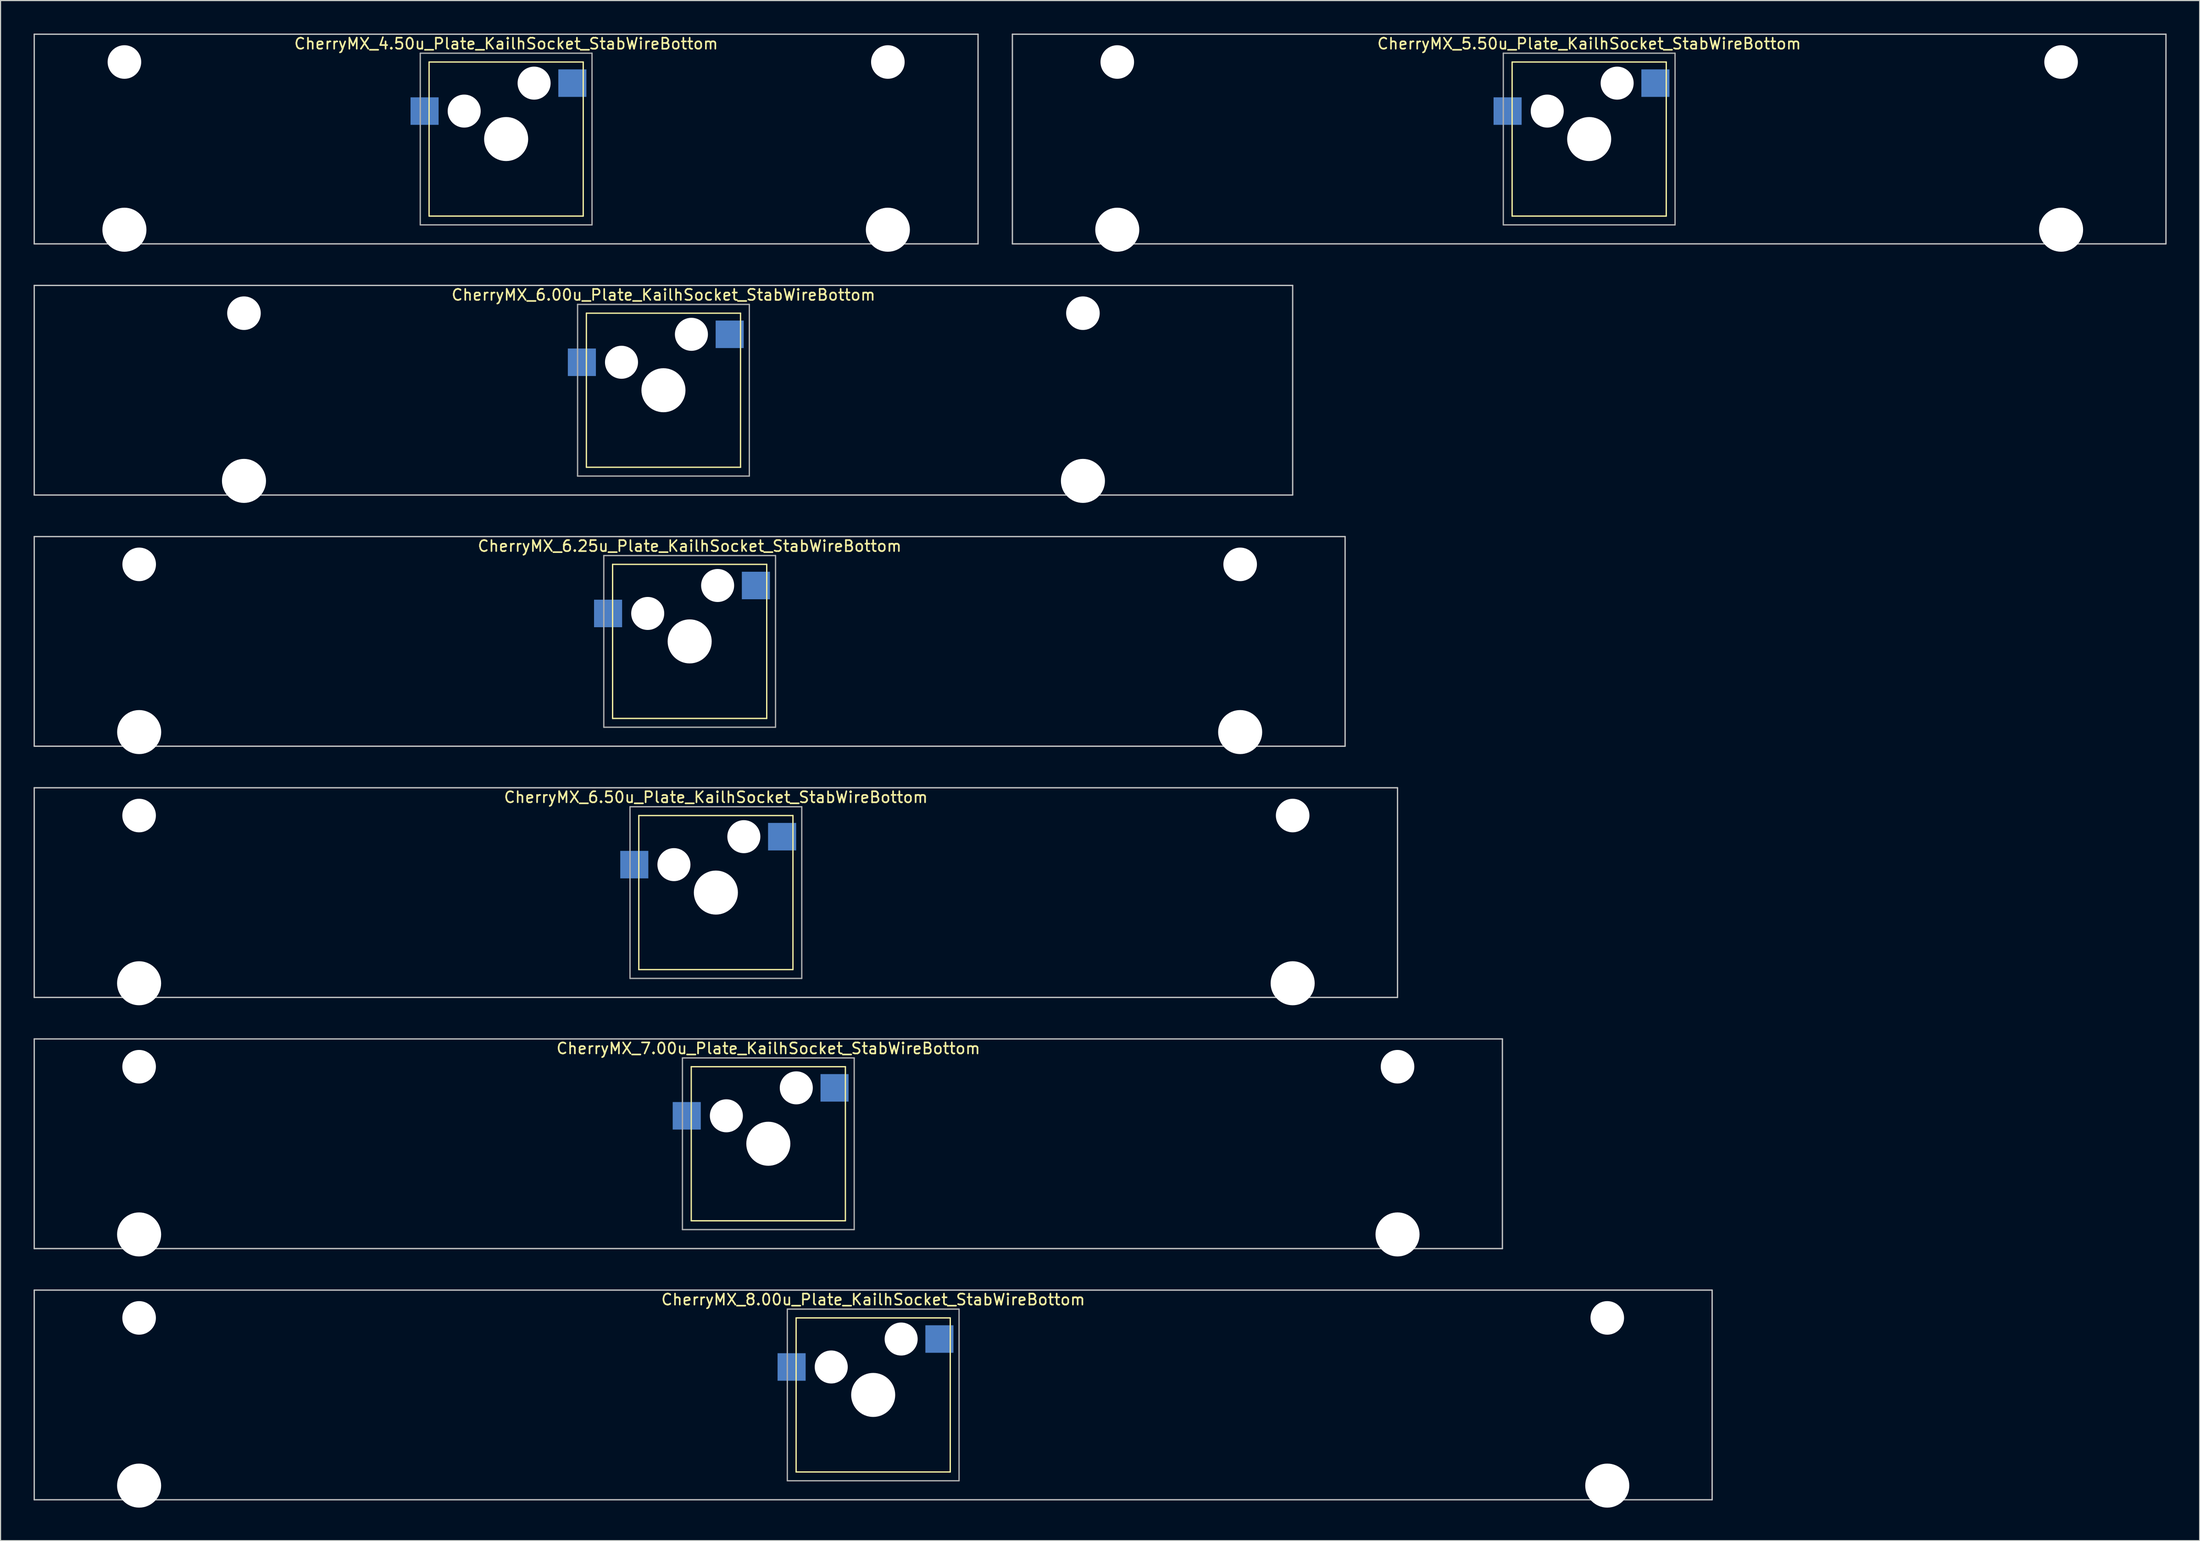
<source format=kicad_pcb>
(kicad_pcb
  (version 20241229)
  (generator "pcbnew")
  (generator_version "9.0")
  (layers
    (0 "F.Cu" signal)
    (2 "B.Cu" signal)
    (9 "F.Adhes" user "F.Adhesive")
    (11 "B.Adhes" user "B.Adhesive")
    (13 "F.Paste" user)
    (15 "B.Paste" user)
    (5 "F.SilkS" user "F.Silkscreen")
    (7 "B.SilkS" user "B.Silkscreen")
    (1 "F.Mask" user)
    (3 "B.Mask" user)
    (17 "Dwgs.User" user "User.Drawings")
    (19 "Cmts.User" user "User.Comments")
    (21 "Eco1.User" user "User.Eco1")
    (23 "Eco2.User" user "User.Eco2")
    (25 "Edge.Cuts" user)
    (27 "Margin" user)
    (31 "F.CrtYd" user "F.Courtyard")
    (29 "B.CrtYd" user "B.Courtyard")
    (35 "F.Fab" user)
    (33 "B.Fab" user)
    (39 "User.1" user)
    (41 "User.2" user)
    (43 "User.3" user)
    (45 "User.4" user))
  (footprint "CherryMX_4.50u_Plate_KailhSocket_StabWireBottom"
    (layer "F.Cu")
    (at 42.922 9.585)
    (property "Reference" "CherryMX_4.50u_Plate_KailhSocket_StabWireBottom" (at 0 -8.662 0) (layer "F.SilkS") (effects (font (size 1 1) (thickness 0.15))))
    (attr through_hole)
    (fp_line (start -7 -7) (end -7 7) (stroke (width 0.12) (type solid)) (layer "F.SilkS"))
    (fp_line (start -7 -7) (end 7 -7) (stroke (width 0.12) (type solid)) (layer "F.SilkS"))
    (fp_line (start 7 -7) (end 7 7) (stroke (width 0.12) (type solid)) (layer "F.SilkS"))
    (fp_line (start 7 7) (end -7 7) (stroke (width 0.12) (type solid)) (layer "F.SilkS"))
    (fp_line (start -42.862 -9.525) (end 42.862 -9.525) (stroke (width 0.12) (type solid)) (layer "Dwgs.User"))
    (fp_line (start -42.862 9.525) (end -42.862 -9.525) (stroke (width 0.12) (type solid)) (layer "Dwgs.User"))
    (fp_line (start 42.862 -9.525) (end 42.862 9.525) (stroke (width 0.12) (type solid)) (layer "Dwgs.User"))
    (fp_line (start 42.862 9.525) (end -42.862 9.525) (stroke (width 0.12) (type solid)) (layer "Dwgs.User"))
    (fp_line (start -7.8 -7.8) (end -7.8 7.8) (stroke (width 0.12) (type solid)) (layer "F.Fab"))
    (fp_line (start -7.8 -7.8) (end 7.8 -7.8) (stroke (width 0.12) (type solid)) (layer "F.Fab"))
    (fp_line (start -7.8 7.8) (end 7.8 7.8) (stroke (width 0.12) (type solid)) (layer "F.Fab"))
    (fp_line (start 7.8 -7.8) (end 7.8 7.8) (stroke (width 0.12) (type solid)) (layer "F.Fab"))
    (pad "" np_thru_hole circle (at -34.671 -7) (size 3.05 3.05) (drill 3.05) (layers "*.Cu" "*.Mask"))
    (pad "" np_thru_hole circle (at -34.671 8.24) (size 4 4) (drill 4) (layers "*.Cu" "*.Mask"))
    (pad "" np_thru_hole circle (at -3.81 -2.54) (size 3 3) (drill 3) (layers "*.Cu" "*.Mask"))
    (pad "" np_thru_hole circle (at 0 0) (size 4 4) (drill 4) (layers "*.Cu" "*.Mask"))
    (pad "" np_thru_hole circle (at 2.54 -5.08) (size 3 3) (drill 3) (layers "*.Cu" "*.Mask"))
    (pad "" np_thru_hole circle (at 34.671 -7) (size 3.05 3.05) (drill 3.05) (layers "*.Cu" "*.Mask"))
    (pad "" np_thru_hole circle (at 34.671 8.24) (size 4 4) (drill 4) (layers "*.Cu" "*.Mask"))
    (pad "1" smd rect (at -7.41 -2.54) (size 2.55 2.5) (layers "B.Cu" "B.Mask" "B.Paste"))
    (pad "2" smd rect (at 6.015 -5.08) (size 2.55 2.5) (layers "B.Cu" "B.Mask" "B.Paste")))
  (footprint "CherryMX_6.25u_Plate_KailhSocket_StabWireBottom"
    (layer "F.Cu")
    (at 59.591 55.235)
    (property "Reference" "CherryMX_6.25u_Plate_KailhSocket_StabWireBottom" (at 0 -8.662 0) (layer "F.SilkS") (effects (font (size 1 1) (thickness 0.15))))
    (attr through_hole)
    (fp_line (start -7 -7) (end -7 7) (stroke (width 0.12) (type solid)) (layer "F.SilkS"))
    (fp_line (start -7 -7) (end 7 -7) (stroke (width 0.12) (type solid)) (layer "F.SilkS"))
    (fp_line (start 7 -7) (end 7 7) (stroke (width 0.12) (type solid)) (layer "F.SilkS"))
    (fp_line (start 7 7) (end -7 7) (stroke (width 0.12) (type solid)) (layer "F.SilkS"))
    (fp_line (start -59.531 -9.525) (end 59.531 -9.525) (stroke (width 0.12) (type solid)) (layer "Dwgs.User"))
    (fp_line (start -59.531 9.525) (end -59.531 -9.525) (stroke (width 0.12) (type solid)) (layer "Dwgs.User"))
    (fp_line (start 59.531 -9.525) (end 59.531 9.525) (stroke (width 0.12) (type solid)) (layer "Dwgs.User"))
    (fp_line (start 59.531 9.525) (end -59.531 9.525) (stroke (width 0.12) (type solid)) (layer "Dwgs.User"))
    (fp_line (start -7.8 -7.8) (end -7.8 7.8) (stroke (width 0.12) (type solid)) (layer "F.Fab"))
    (fp_line (start -7.8 -7.8) (end 7.8 -7.8) (stroke (width 0.12) (type solid)) (layer "F.Fab"))
    (fp_line (start -7.8 7.8) (end 7.8 7.8) (stroke (width 0.12) (type solid)) (layer "F.Fab"))
    (fp_line (start 7.8 -7.8) (end 7.8 7.8) (stroke (width 0.12) (type solid)) (layer "F.Fab"))
    (pad "" np_thru_hole circle (at -50 -7) (size 3.05 3.05) (drill 3.05) (layers "*.Cu" "*.Mask"))
    (pad "" np_thru_hole circle (at -50 8.24) (size 4 4) (drill 4) (layers "*.Cu" "*.Mask"))
    (pad "" np_thru_hole circle (at -3.81 -2.54) (size 3 3) (drill 3) (layers "*.Cu" "*.Mask"))
    (pad "" np_thru_hole circle (at 0 0) (size 4 4) (drill 4) (layers "*.Cu" "*.Mask"))
    (pad "" np_thru_hole circle (at 2.54 -5.08) (size 3 3) (drill 3) (layers "*.Cu" "*.Mask"))
    (pad "" np_thru_hole circle (at 50 -7) (size 3.05 3.05) (drill 3.05) (layers "*.Cu" "*.Mask"))
    (pad "" np_thru_hole circle (at 50 8.24) (size 4 4) (drill 4) (layers "*.Cu" "*.Mask"))
    (pad "1" smd rect (at -7.41 -2.54) (size 2.55 2.5) (layers "B.Cu" "B.Mask" "B.Paste"))
    (pad "2" smd rect (at 6.015 -5.08) (size 2.55 2.5) (layers "B.Cu" "B.Mask" "B.Paste")))
  (footprint "CherryMX_6.50u_Plate_KailhSocket_StabWireBottom"
    (layer "F.Cu")
    (at 61.972 78.06)
    (property "Reference" "CherryMX_6.50u_Plate_KailhSocket_StabWireBottom" (at 0 -8.662 0) (layer "F.SilkS") (effects (font (size 1 1) (thickness 0.15))))
    (attr through_hole)
    (fp_line (start -7 -7) (end -7 7) (stroke (width 0.12) (type solid)) (layer "F.SilkS"))
    (fp_line (start -7 -7) (end 7 -7) (stroke (width 0.12) (type solid)) (layer "F.SilkS"))
    (fp_line (start 7 -7) (end 7 7) (stroke (width 0.12) (type solid)) (layer "F.SilkS"))
    (fp_line (start 7 7) (end -7 7) (stroke (width 0.12) (type solid)) (layer "F.SilkS"))
    (fp_line (start -61.913 -9.525) (end 61.913 -9.525) (stroke (width 0.12) (type solid)) (layer "Dwgs.User"))
    (fp_line (start -61.913 9.525) (end -61.913 -9.525) (stroke (width 0.12) (type solid)) (layer "Dwgs.User"))
    (fp_line (start 61.913 -9.525) (end 61.913 9.525) (stroke (width 0.12) (type solid)) (layer "Dwgs.User"))
    (fp_line (start 61.913 9.525) (end -61.913 9.525) (stroke (width 0.12) (type solid)) (layer "Dwgs.User"))
    (fp_line (start -7.8 -7.8) (end -7.8 7.8) (stroke (width 0.12) (type solid)) (layer "F.Fab"))
    (fp_line (start -7.8 -7.8) (end 7.8 -7.8) (stroke (width 0.12) (type solid)) (layer "F.Fab"))
    (fp_line (start -7.8 7.8) (end 7.8 7.8) (stroke (width 0.12) (type solid)) (layer "F.Fab"))
    (fp_line (start 7.8 -7.8) (end 7.8 7.8) (stroke (width 0.12) (type solid)) (layer "F.Fab"))
    (pad "" np_thru_hole circle (at -52.388 -7) (size 3.05 3.05) (drill 3.05) (layers "*.Cu" "*.Mask"))
    (pad "" np_thru_hole circle (at -52.388 8.24) (size 4 4) (drill 4) (layers "*.Cu" "*.Mask"))
    (pad "" np_thru_hole circle (at -3.81 -2.54) (size 3 3) (drill 3) (layers "*.Cu" "*.Mask"))
    (pad "" np_thru_hole circle (at 0 0) (size 4 4) (drill 4) (layers "*.Cu" "*.Mask"))
    (pad "" np_thru_hole circle (at 2.54 -5.08) (size 3 3) (drill 3) (layers "*.Cu" "*.Mask"))
    (pad "" np_thru_hole circle (at 52.388 -7) (size 3.05 3.05) (drill 3.05) (layers "*.Cu" "*.Mask"))
    (pad "" np_thru_hole circle (at 52.388 8.24) (size 4 4) (drill 4) (layers "*.Cu" "*.Mask"))
    (pad "1" smd rect (at -7.41 -2.54) (size 2.55 2.5) (layers "B.Cu" "B.Mask" "B.Paste"))
    (pad "2" smd rect (at 6.015 -5.08) (size 2.55 2.5) (layers "B.Cu" "B.Mask" "B.Paste")))
  (footprint "CherryMX_5.50u_Plate_KailhSocket_StabWireBottom"
    (layer "F.Cu")
    (at 141.292 9.585)
    (property "Reference" "CherryMX_5.50u_Plate_KailhSocket_StabWireBottom" (at 0 -8.662 0) (layer "F.SilkS") (effects (font (size 1 1) (thickness 0.15))))
    (attr through_hole)
    (fp_line (start -7 -7) (end -7 7) (stroke (width 0.12) (type solid)) (layer "F.SilkS"))
    (fp_line (start -7 -7) (end 7 -7) (stroke (width 0.12) (type solid)) (layer "F.SilkS"))
    (fp_line (start 7 -7) (end 7 7) (stroke (width 0.12) (type solid)) (layer "F.SilkS"))
    (fp_line (start 7 7) (end -7 7) (stroke (width 0.12) (type solid)) (layer "F.SilkS"))
    (fp_line (start -52.388 -9.525) (end 52.388 -9.525) (stroke (width 0.12) (type solid)) (layer "Dwgs.User"))
    (fp_line (start -52.388 9.525) (end -52.388 -9.525) (stroke (width 0.12) (type solid)) (layer "Dwgs.User"))
    (fp_line (start 52.388 -9.525) (end 52.388 9.525) (stroke (width 0.12) (type solid)) (layer "Dwgs.User"))
    (fp_line (start 52.388 9.525) (end -52.388 9.525) (stroke (width 0.12) (type solid)) (layer "Dwgs.User"))
    (fp_line (start -7.8 -7.8) (end -7.8 7.8) (stroke (width 0.12) (type solid)) (layer "F.Fab"))
    (fp_line (start -7.8 -7.8) (end 7.8 -7.8) (stroke (width 0.12) (type solid)) (layer "F.Fab"))
    (fp_line (start -7.8 7.8) (end 7.8 7.8) (stroke (width 0.12) (type solid)) (layer "F.Fab"))
    (fp_line (start 7.8 -7.8) (end 7.8 7.8) (stroke (width 0.12) (type solid)) (layer "F.Fab"))
    (pad "" np_thru_hole circle (at -42.862 -7) (size 3.05 3.05) (drill 3.05) (layers "*.Cu" "*.Mask"))
    (pad "" np_thru_hole circle (at -42.862 8.24) (size 4 4) (drill 4) (layers "*.Cu" "*.Mask"))
    (pad "" np_thru_hole circle (at -3.81 -2.54) (size 3 3) (drill 3) (layers "*.Cu" "*.Mask"))
    (pad "" np_thru_hole circle (at 0 0) (size 4 4) (drill 4) (layers "*.Cu" "*.Mask"))
    (pad "" np_thru_hole circle (at 2.54 -5.08) (size 3 3) (drill 3) (layers "*.Cu" "*.Mask"))
    (pad "" np_thru_hole circle (at 42.862 -7) (size 3.05 3.05) (drill 3.05) (layers "*.Cu" "*.Mask"))
    (pad "" np_thru_hole circle (at 42.862 8.24) (size 4 4) (drill 4) (layers "*.Cu" "*.Mask"))
    (pad "1" smd rect (at -7.41 -2.54) (size 2.55 2.5) (layers "B.Cu" "B.Mask" "B.Paste"))
    (pad "2" smd rect (at 6.015 -5.08) (size 2.55 2.5) (layers "B.Cu" "B.Mask" "B.Paste")))
  (footprint "CherryMX_8.00u_Plate_KailhSocket_StabWireBottom"
    (layer "F.Cu")
    (at 76.26 123.71)
    (property "Reference" "CherryMX_8.00u_Plate_KailhSocket_StabWireBottom" (at 0 -8.662 0) (layer "F.SilkS") (effects (font (size 1 1) (thickness 0.15))))
    (attr through_hole)
    (fp_line (start -7 -7) (end -7 7) (stroke (width 0.12) (type solid)) (layer "F.SilkS"))
    (fp_line (start -7 -7) (end 7 -7) (stroke (width 0.12) (type solid)) (layer "F.SilkS"))
    (fp_line (start 7 -7) (end 7 7) (stroke (width 0.12) (type solid)) (layer "F.SilkS"))
    (fp_line (start 7 7) (end -7 7) (stroke (width 0.12) (type solid)) (layer "F.SilkS"))
    (fp_line (start -76.2 -9.525) (end 76.2 -9.525) (stroke (width 0.12) (type solid)) (layer "Dwgs.User"))
    (fp_line (start -76.2 9.525) (end -76.2 -9.525) (stroke (width 0.12) (type solid)) (layer "Dwgs.User"))
    (fp_line (start 76.2 -9.525) (end 76.2 9.525) (stroke (width 0.12) (type solid)) (layer "Dwgs.User"))
    (fp_line (start 76.2 9.525) (end -76.2 9.525) (stroke (width 0.12) (type solid)) (layer "Dwgs.User"))
    (fp_line (start -7.8 -7.8) (end -7.8 7.8) (stroke (width 0.12) (type solid)) (layer "F.Fab"))
    (fp_line (start -7.8 -7.8) (end 7.8 -7.8) (stroke (width 0.12) (type solid)) (layer "F.Fab"))
    (fp_line (start -7.8 7.8) (end 7.8 7.8) (stroke (width 0.12) (type solid)) (layer "F.Fab"))
    (fp_line (start 7.8 -7.8) (end 7.8 7.8) (stroke (width 0.12) (type solid)) (layer "F.Fab"))
    (pad "" np_thru_hole circle (at -66.675 -7) (size 3.05 3.05) (drill 3.05) (layers "*.Cu" "*.Mask"))
    (pad "" np_thru_hole circle (at -66.675 8.24) (size 4 4) (drill 4) (layers "*.Cu" "*.Mask"))
    (pad "" np_thru_hole circle (at -3.81 -2.54) (size 3 3) (drill 3) (layers "*.Cu" "*.Mask"))
    (pad "" np_thru_hole circle (at 0 0) (size 4 4) (drill 4) (layers "*.Cu" "*.Mask"))
    (pad "" np_thru_hole circle (at 2.54 -5.08) (size 3 3) (drill 3) (layers "*.Cu" "*.Mask"))
    (pad "" np_thru_hole circle (at 66.675 -7) (size 3.05 3.05) (drill 3.05) (layers "*.Cu" "*.Mask"))
    (pad "" np_thru_hole circle (at 66.675 8.24) (size 4 4) (drill 4) (layers "*.Cu" "*.Mask"))
    (pad "1" smd rect (at -7.41 -2.54) (size 2.55 2.5) (layers "B.Cu" "B.Mask" "B.Paste"))
    (pad "2" smd rect (at 6.015 -5.08) (size 2.55 2.5) (layers "B.Cu" "B.Mask" "B.Paste")))
  (footprint "CherryMX_6.00u_Plate_KailhSocket_StabWireBottom"
    (layer "F.Cu")
    (at 57.21 32.41)
    (property "Reference" "CherryMX_6.00u_Plate_KailhSocket_StabWireBottom" (at 0 -8.662 0) (layer "F.SilkS") (effects (font (size 1 1) (thickness 0.15))))
    (attr through_hole)
    (fp_line (start -7 -7) (end -7 7) (stroke (width 0.12) (type solid)) (layer "F.SilkS"))
    (fp_line (start -7 -7) (end 7 -7) (stroke (width 0.12) (type solid)) (layer "F.SilkS"))
    (fp_line (start 7 -7) (end 7 7) (stroke (width 0.12) (type solid)) (layer "F.SilkS"))
    (fp_line (start 7 7) (end -7 7) (stroke (width 0.12) (type solid)) (layer "F.SilkS"))
    (fp_line (start -57.15 -9.525) (end 57.15 -9.525) (stroke (width 0.12) (type solid)) (layer "Dwgs.User"))
    (fp_line (start -57.15 9.525) (end -57.15 -9.525) (stroke (width 0.12) (type solid)) (layer "Dwgs.User"))
    (fp_line (start 57.15 -9.525) (end 57.15 9.525) (stroke (width 0.12) (type solid)) (layer "Dwgs.User"))
    (fp_line (start 57.15 9.525) (end -57.15 9.525) (stroke (width 0.12) (type solid)) (layer "Dwgs.User"))
    (fp_line (start -7.8 -7.8) (end -7.8 7.8) (stroke (width 0.12) (type solid)) (layer "F.Fab"))
    (fp_line (start -7.8 -7.8) (end 7.8 -7.8) (stroke (width 0.12) (type solid)) (layer "F.Fab"))
    (fp_line (start -7.8 7.8) (end 7.8 7.8) (stroke (width 0.12) (type solid)) (layer "F.Fab"))
    (fp_line (start 7.8 -7.8) (end 7.8 7.8) (stroke (width 0.12) (type solid)) (layer "F.Fab"))
    (pad "" np_thru_hole circle (at -38.1 -7) (size 3.05 3.05) (drill 3.05) (layers "*.Cu" "*.Mask"))
    (pad "" np_thru_hole circle (at -38.1 8.24) (size 4 4) (drill 4) (layers "*.Cu" "*.Mask"))
    (pad "" np_thru_hole circle (at -3.81 -2.54) (size 3 3) (drill 3) (layers "*.Cu" "*.Mask"))
    (pad "" np_thru_hole circle (at 0 0) (size 4 4) (drill 4) (layers "*.Cu" "*.Mask"))
    (pad "" np_thru_hole circle (at 2.54 -5.08) (size 3 3) (drill 3) (layers "*.Cu" "*.Mask"))
    (pad "" np_thru_hole circle (at 38.1 -7) (size 3.05 3.05) (drill 3.05) (layers "*.Cu" "*.Mask"))
    (pad "" np_thru_hole circle (at 38.1 8.24) (size 4 4) (drill 4) (layers "*.Cu" "*.Mask"))
    (pad "1" smd rect (at -7.41 -2.54) (size 2.55 2.5) (layers "B.Cu" "B.Mask" "B.Paste"))
    (pad "2" smd rect (at 6.015 -5.08) (size 2.55 2.5) (layers "B.Cu" "B.Mask" "B.Paste")))
  (footprint "CherryMX_7.00u_Plate_KailhSocket_StabWireBottom"
    (layer "F.Cu")
    (at 66.735 100.885)
    (property "Reference" "CherryMX_7.00u_Plate_KailhSocket_StabWireBottom" (at 0 -8.662 0) (layer "F.SilkS") (effects (font (size 1 1) (thickness 0.15))))
    (attr through_hole)
    (fp_line (start -7 -7) (end -7 7) (stroke (width 0.12) (type solid)) (layer "F.SilkS"))
    (fp_line (start -7 -7) (end 7 -7) (stroke (width 0.12) (type solid)) (layer "F.SilkS"))
    (fp_line (start 7 -7) (end 7 7) (stroke (width 0.12) (type solid)) (layer "F.SilkS"))
    (fp_line (start 7 7) (end -7 7) (stroke (width 0.12) (type solid)) (layer "F.SilkS"))
    (fp_line (start -66.675 -9.525) (end 66.675 -9.525) (stroke (width 0.12) (type solid)) (layer "Dwgs.User"))
    (fp_line (start -66.675 9.525) (end -66.675 -9.525) (stroke (width 0.12) (type solid)) (layer "Dwgs.User"))
    (fp_line (start 66.675 -9.525) (end 66.675 9.525) (stroke (width 0.12) (type solid)) (layer "Dwgs.User"))
    (fp_line (start 66.675 9.525) (end -66.675 9.525) (stroke (width 0.12) (type solid)) (layer "Dwgs.User"))
    (fp_line (start -7.8 -7.8) (end -7.8 7.8) (stroke (width 0.12) (type solid)) (layer "F.Fab"))
    (fp_line (start -7.8 -7.8) (end 7.8 -7.8) (stroke (width 0.12) (type solid)) (layer "F.Fab"))
    (fp_line (start -7.8 7.8) (end 7.8 7.8) (stroke (width 0.12) (type solid)) (layer "F.Fab"))
    (fp_line (start 7.8 -7.8) (end 7.8 7.8) (stroke (width 0.12) (type solid)) (layer "F.Fab"))
    (pad "" np_thru_hole circle (at -57.15 -7) (size 3.05 3.05) (drill 3.05) (layers "*.Cu" "*.Mask"))
    (pad "" np_thru_hole circle (at -57.15 8.24) (size 4 4) (drill 4) (layers "*.Cu" "*.Mask"))
    (pad "" np_thru_hole circle (at -3.81 -2.54) (size 3 3) (drill 3) (layers "*.Cu" "*.Mask"))
    (pad "" np_thru_hole circle (at 0 0) (size 4 4) (drill 4) (layers "*.Cu" "*.Mask"))
    (pad "" np_thru_hole circle (at 2.54 -5.08) (size 3 3) (drill 3) (layers "*.Cu" "*.Mask"))
    (pad "" np_thru_hole circle (at 57.15 -7) (size 3.05 3.05) (drill 3.05) (layers "*.Cu" "*.Mask"))
    (pad "" np_thru_hole circle (at 57.15 8.24) (size 4 4) (drill 4) (layers "*.Cu" "*.Mask"))
    (pad "1" smd rect (at -7.41 -2.54) (size 2.55 2.5) (layers "B.Cu" "B.Mask" "B.Paste"))
    (pad "2" smd rect (at 6.015 -5.08) (size 2.55 2.5) (layers "B.Cu" "B.Mask" "B.Paste")))
  (gr_rect
    (start -3 -3)
    (end 196.74 136.95)
    (stroke (width 0.1) (type default))
    (fill no)
    (layer "Edge.Cuts")))
</source>
